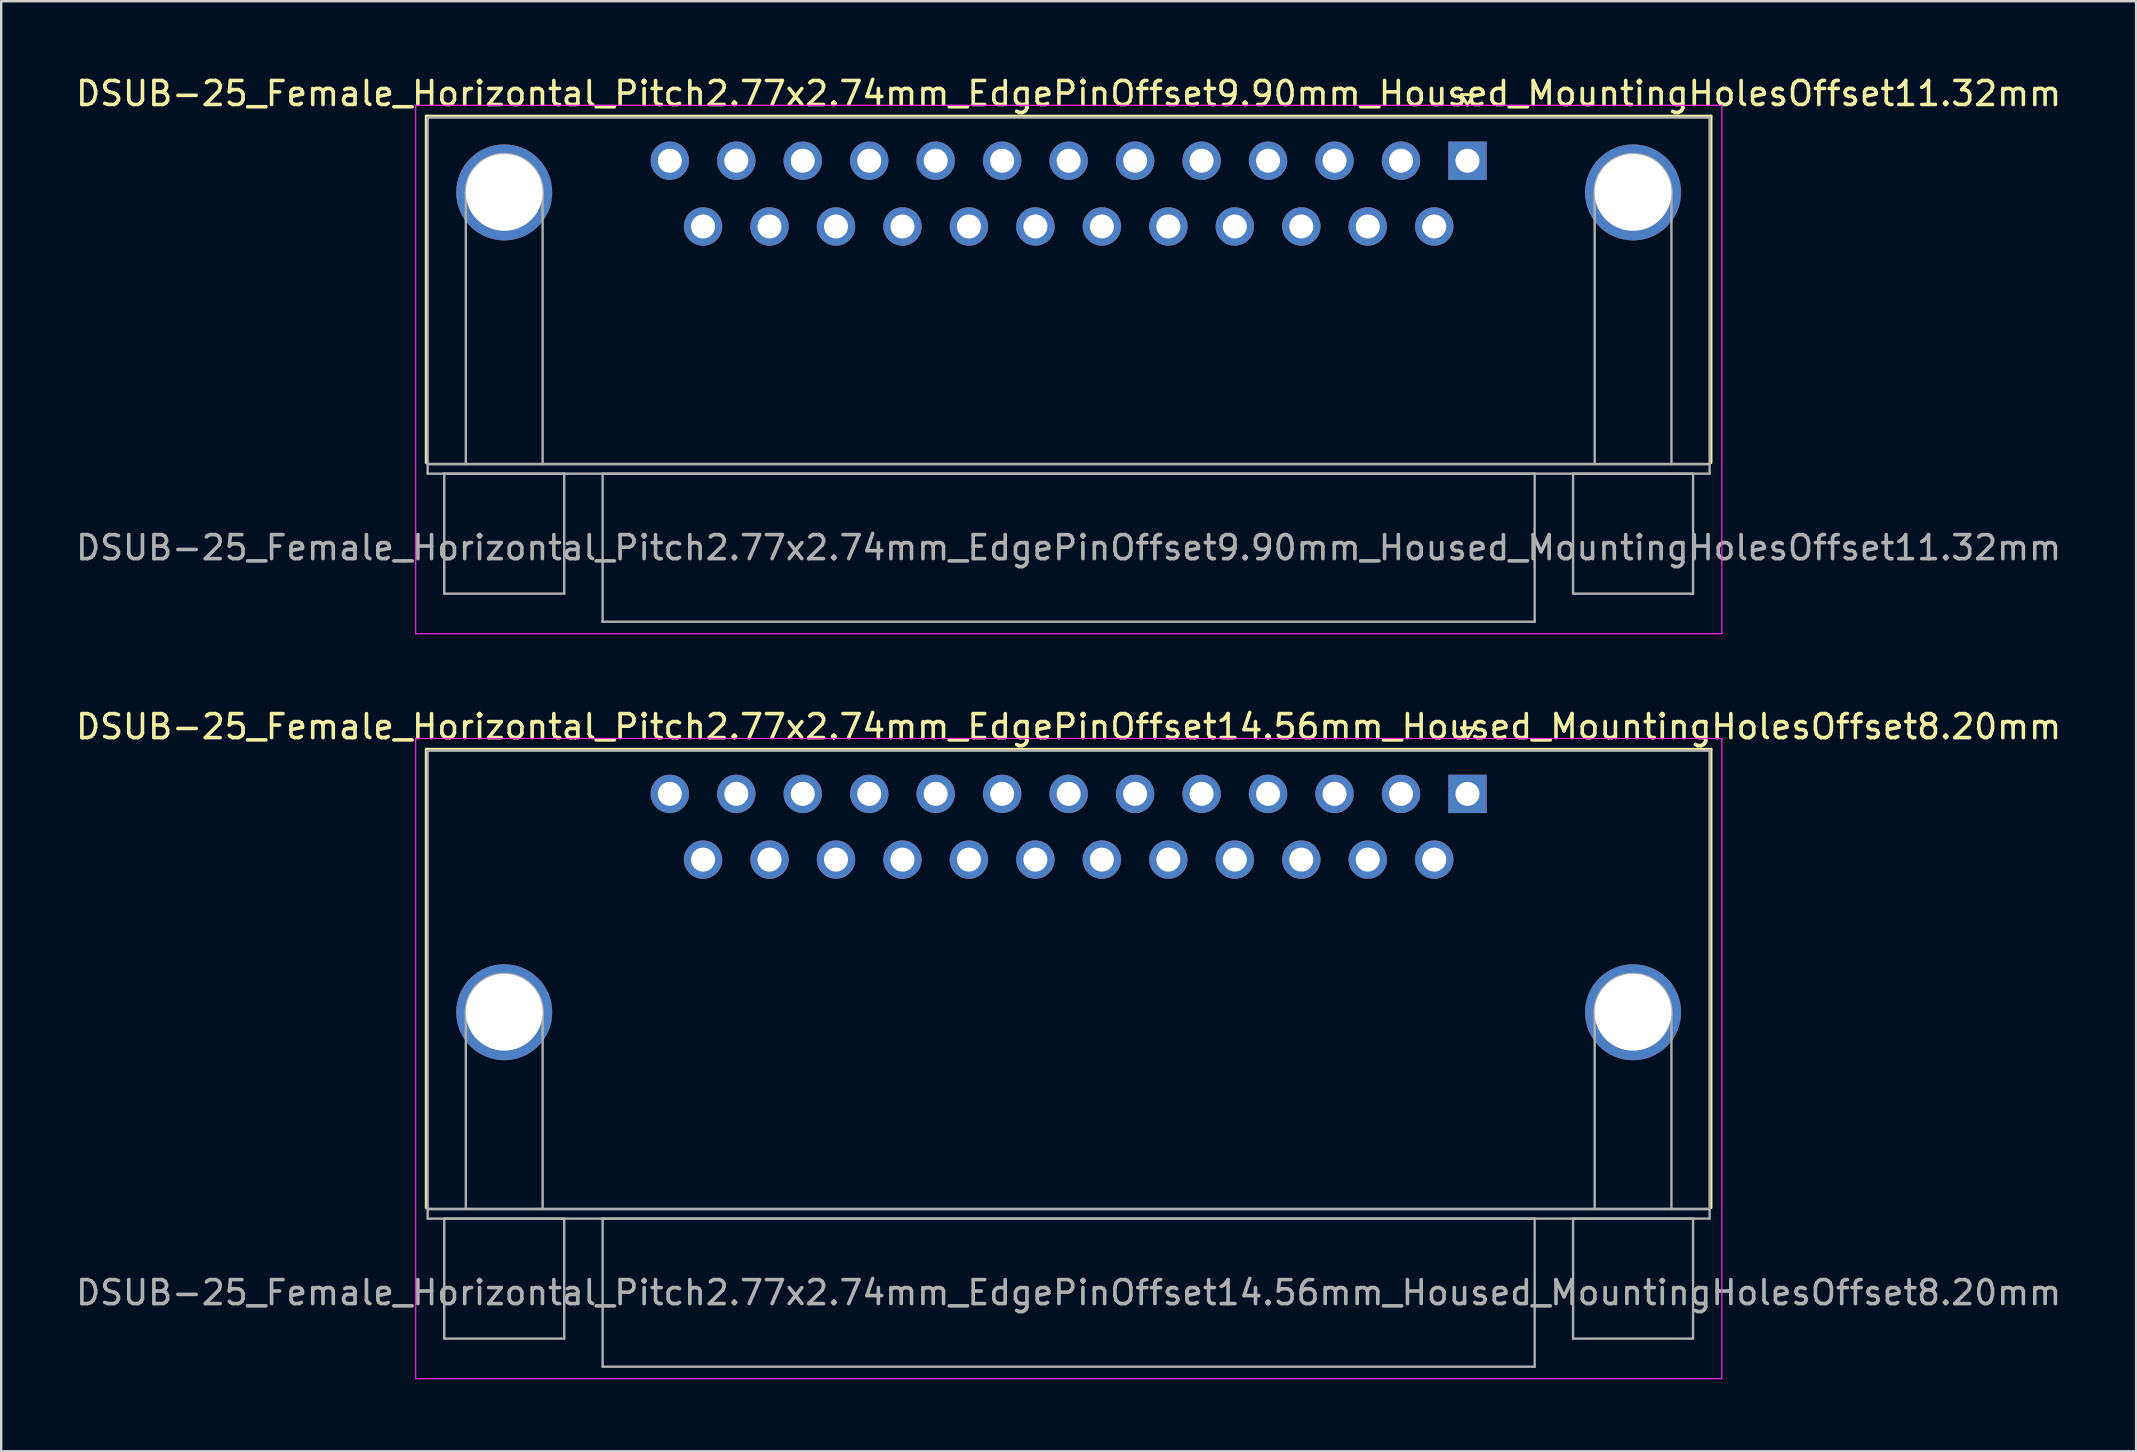
<source format=kicad_pcb>
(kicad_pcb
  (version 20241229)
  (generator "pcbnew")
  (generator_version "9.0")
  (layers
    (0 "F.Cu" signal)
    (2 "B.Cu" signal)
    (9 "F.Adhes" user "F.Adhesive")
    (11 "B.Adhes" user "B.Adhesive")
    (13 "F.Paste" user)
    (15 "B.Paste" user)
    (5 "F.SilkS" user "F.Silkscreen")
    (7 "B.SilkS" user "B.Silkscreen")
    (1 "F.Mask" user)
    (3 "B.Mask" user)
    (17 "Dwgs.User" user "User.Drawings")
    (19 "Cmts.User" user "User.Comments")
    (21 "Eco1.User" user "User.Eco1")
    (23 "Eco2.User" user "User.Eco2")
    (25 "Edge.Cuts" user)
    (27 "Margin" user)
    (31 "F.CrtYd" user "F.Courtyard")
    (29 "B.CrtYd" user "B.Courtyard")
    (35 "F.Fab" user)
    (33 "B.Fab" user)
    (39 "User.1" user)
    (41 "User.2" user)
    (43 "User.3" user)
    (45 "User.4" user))
  (footprint "DSUB-25_Female_Horizontal_Pitch2.77x2.74mm_EdgePinOffset9.90mm_Housed_MountingHolesOffset11.32mm"
    (layer "F.Cu")
    (at 58.102 3.648)
    (property "Reference" "DSUB-25_Female_Horizontal_Pitch2.77x2.74mm_EdgePinOffset9.90mm_Housed_MountingHolesOffset11.32mm" (at -16.62 -2.8 0) (layer "F.SilkS") (effects (font (size 1 1) (thickness 0.15))))
    (attr through_hole)
    (fp_line (start -43.39 -1.86) (end 10.15 -1.86) (stroke (width 0.12) (type solid)) (layer "F.SilkS"))
    (fp_line (start -43.39 12.58) (end -43.39 -1.86) (stroke (width 0.12) (type solid)) (layer "F.SilkS"))
    (fp_line (start -0.25 -2.754) (end 0.25 -2.754) (stroke (width 0.12) (type solid)) (layer "F.SilkS"))
    (fp_line (start 0 -2.321) (end -0.25 -2.754) (stroke (width 0.12) (type solid)) (layer "F.SilkS"))
    (fp_line (start 0.25 -2.754) (end 0 -2.321) (stroke (width 0.12) (type solid)) (layer "F.SilkS"))
    (fp_line (start 10.15 -1.86) (end 10.15 12.58) (stroke (width 0.12) (type solid)) (layer "F.SilkS"))
    (fp_line (start -43.83 -2.31) (end -43.83 19.71) (stroke (width 0.05) (type solid)) (layer "F.CrtYd"))
    (fp_line (start -43.83 19.71) (end 10.6 19.71) (stroke (width 0.05) (type solid)) (layer "F.CrtYd"))
    (fp_line (start 10.6 -2.31) (end -43.83 -2.31) (stroke (width 0.05) (type solid)) (layer "F.CrtYd"))
    (fp_line (start 10.6 19.71) (end 10.6 -2.31) (stroke (width 0.05) (type solid)) (layer "F.CrtYd"))
    (fp_line (start -43.33 -1.8) (end -43.33 12.64) (stroke (width 0.1) (type solid)) (layer "F.Fab"))
    (fp_line (start -43.33 12.64) (end -43.33 13.04) (stroke (width 0.1) (type solid)) (layer "F.Fab"))
    (fp_line (start -43.33 12.64) (end 10.09 12.64) (stroke (width 0.1) (type solid)) (layer "F.Fab"))
    (fp_line (start -43.33 13.04) (end 10.09 13.04) (stroke (width 0.1) (type solid)) (layer "F.Fab"))
    (fp_line (start -42.64 13.04) (end -42.64 18.04) (stroke (width 0.1) (type solid)) (layer "F.Fab"))
    (fp_line (start -42.64 18.04) (end -37.64 18.04) (stroke (width 0.1) (type solid)) (layer "F.Fab"))
    (fp_line (start -41.74 12.64) (end -41.74 1.32) (stroke (width 0.1) (type solid)) (layer "F.Fab"))
    (fp_line (start -38.54 12.64) (end -38.54 1.32) (stroke (width 0.1) (type solid)) (layer "F.Fab"))
    (fp_line (start -37.64 13.04) (end -42.64 13.04) (stroke (width 0.1) (type solid)) (layer "F.Fab"))
    (fp_line (start -37.64 18.04) (end -37.64 13.04) (stroke (width 0.1) (type solid)) (layer "F.Fab"))
    (fp_line (start -36.04 13.04) (end -36.04 19.21) (stroke (width 0.1) (type solid)) (layer "F.Fab"))
    (fp_line (start -36.04 19.21) (end 2.8 19.21) (stroke (width 0.1) (type solid)) (layer "F.Fab"))
    (fp_line (start 2.8 13.04) (end -36.04 13.04) (stroke (width 0.1) (type solid)) (layer "F.Fab"))
    (fp_line (start 2.8 19.21) (end 2.8 13.04) (stroke (width 0.1) (type solid)) (layer "F.Fab"))
    (fp_line (start 4.4 13.04) (end 4.4 18.04) (stroke (width 0.1) (type solid)) (layer "F.Fab"))
    (fp_line (start 4.4 18.04) (end 9.4 18.04) (stroke (width 0.1) (type solid)) (layer "F.Fab"))
    (fp_line (start 5.3 12.64) (end 5.3 1.32) (stroke (width 0.1) (type solid)) (layer "F.Fab"))
    (fp_line (start 8.5 12.64) (end 8.5 1.32) (stroke (width 0.1) (type solid)) (layer "F.Fab"))
    (fp_line (start 9.4 13.04) (end 4.4 13.04) (stroke (width 0.1) (type solid)) (layer "F.Fab"))
    (fp_line (start 9.4 18.04) (end 9.4 13.04) (stroke (width 0.1) (type solid)) (layer "F.Fab"))
    (fp_line (start 10.09 -1.8) (end -43.33 -1.8) (stroke (width 0.1) (type solid)) (layer "F.Fab"))
    (fp_line (start 10.09 12.64) (end -43.33 12.64) (stroke (width 0.1) (type solid)) (layer "F.Fab"))
    (fp_line (start 10.09 12.64) (end 10.09 -1.8) (stroke (width 0.1) (type solid)) (layer "F.Fab"))
    (fp_line (start 10.09 13.04) (end 10.09 12.64) (stroke (width 0.1) (type solid)) (layer "F.Fab"))
    (fp_arc (start -41.74 1.32) (mid -40.14 -0.28) (end -38.54 1.32) (stroke (width 0.1) (type solid)) (layer "F.Fab"))
    (fp_arc (start 5.3 1.32) (mid 6.9 -0.28) (end 8.5 1.32) (stroke (width 0.1) (type solid)) (layer "F.Fab"))
    (fp_text user "${REFERENCE}" (at -16.62 16.125 0) (layer "F.Fab") (effects (font (size 1 1) (thickness 0.15))))
    (pad "0" thru_hole circle (at -40.14 1.32) (size 4 4) (drill 3.2) (layers "*.Cu" "*.Mask"))
    (pad "0" thru_hole circle (at 6.9 1.32) (size 4 4) (drill 3.2) (layers "*.Cu" "*.Mask"))
    (pad "1" thru_hole rect (at 0 0) (size 1.6 1.6) (drill 1) (layers "*.Cu" "*.Mask"))
    (pad "2" thru_hole circle (at -2.77 0) (size 1.6 1.6) (drill 1) (layers "*.Cu" "*.Mask"))
    (pad "3" thru_hole circle (at -5.54 0) (size 1.6 1.6) (drill 1) (layers "*.Cu" "*.Mask"))
    (pad "4" thru_hole circle (at -8.31 0) (size 1.6 1.6) (drill 1) (layers "*.Cu" "*.Mask"))
    (pad "5" thru_hole circle (at -11.08 0) (size 1.6 1.6) (drill 1) (layers "*.Cu" "*.Mask"))
    (pad "6" thru_hole circle (at -13.85 0) (size 1.6 1.6) (drill 1) (layers "*.Cu" "*.Mask"))
    (pad "7" thru_hole circle (at -16.62 0) (size 1.6 1.6) (drill 1) (layers "*.Cu" "*.Mask"))
    (pad "8" thru_hole circle (at -19.39 0) (size 1.6 1.6) (drill 1) (layers "*.Cu" "*.Mask"))
    (pad "9" thru_hole circle (at -22.16 0) (size 1.6 1.6) (drill 1) (layers "*.Cu" "*.Mask"))
    (pad "10" thru_hole circle (at -24.93 0) (size 1.6 1.6) (drill 1) (layers "*.Cu" "*.Mask"))
    (pad "11" thru_hole circle (at -27.7 0) (size 1.6 1.6) (drill 1) (layers "*.Cu" "*.Mask"))
    (pad "12" thru_hole circle (at -30.47 0) (size 1.6 1.6) (drill 1) (layers "*.Cu" "*.Mask"))
    (pad "13" thru_hole circle (at -33.24 0) (size 1.6 1.6) (drill 1) (layers "*.Cu" "*.Mask"))
    (pad "14" thru_hole circle (at -1.385 2.74) (size 1.6 1.6) (drill 1) (layers "*.Cu" "*.Mask"))
    (pad "15" thru_hole circle (at -4.155 2.74) (size 1.6 1.6) (drill 1) (layers "*.Cu" "*.Mask"))
    (pad "16" thru_hole circle (at -6.925 2.74) (size 1.6 1.6) (drill 1) (layers "*.Cu" "*.Mask"))
    (pad "17" thru_hole circle (at -9.695 2.74) (size 1.6 1.6) (drill 1) (layers "*.Cu" "*.Mask"))
    (pad "18" thru_hole circle (at -12.465 2.74) (size 1.6 1.6) (drill 1) (layers "*.Cu" "*.Mask"))
    (pad "19" thru_hole circle (at -15.235 2.74) (size 1.6 1.6) (drill 1) (layers "*.Cu" "*.Mask"))
    (pad "20" thru_hole circle (at -18.005 2.74) (size 1.6 1.6) (drill 1) (layers "*.Cu" "*.Mask"))
    (pad "21" thru_hole circle (at -20.775 2.74) (size 1.6 1.6) (drill 1) (layers "*.Cu" "*.Mask"))
    (pad "22" thru_hole circle (at -23.545 2.74) (size 1.6 1.6) (drill 1) (layers "*.Cu" "*.Mask"))
    (pad "23" thru_hole circle (at -26.315 2.74) (size 1.6 1.6) (drill 1) (layers "*.Cu" "*.Mask"))
    (pad "24" thru_hole circle (at -29.085 2.74) (size 1.6 1.6) (drill 1) (layers "*.Cu" "*.Mask"))
    (pad "25" thru_hole circle (at -31.855 2.74) (size 1.6 1.6) (drill 1) (layers "*.Cu" "*.Mask")))
  (footprint "DSUB-25_Female_Horizontal_Pitch2.77x2.74mm_EdgePinOffset14.56mm_Housed_MountingHolesOffset8.20mm"
    (layer "F.Cu")
    (at 58.102 30.032)
    (property "Reference" "DSUB-25_Female_Horizontal_Pitch2.77x2.74mm_EdgePinOffset14.56mm_Housed_MountingHolesOffset8.20mm" (at -16.62 -2.8 0) (layer "F.SilkS") (effects (font (size 1 1) (thickness 0.15))))
    (attr through_hole)
    (fp_line (start -43.39 -1.86) (end 10.15 -1.86) (stroke (width 0.12) (type solid)) (layer "F.SilkS"))
    (fp_line (start -43.39 17.24) (end -43.39 -1.86) (stroke (width 0.12) (type solid)) (layer "F.SilkS"))
    (fp_line (start -0.25 -2.754) (end 0.25 -2.754) (stroke (width 0.12) (type solid)) (layer "F.SilkS"))
    (fp_line (start 0 -2.321) (end -0.25 -2.754) (stroke (width 0.12) (type solid)) (layer "F.SilkS"))
    (fp_line (start 0.25 -2.754) (end 0 -2.321) (stroke (width 0.12) (type solid)) (layer "F.SilkS"))
    (fp_line (start 10.15 -1.86) (end 10.15 17.24) (stroke (width 0.12) (type solid)) (layer "F.SilkS"))
    (fp_line (start -43.83 -2.31) (end -43.83 24.37) (stroke (width 0.05) (type solid)) (layer "F.CrtYd"))
    (fp_line (start -43.83 24.37) (end 10.6 24.37) (stroke (width 0.05) (type solid)) (layer "F.CrtYd"))
    (fp_line (start 10.6 -2.31) (end -43.83 -2.31) (stroke (width 0.05) (type solid)) (layer "F.CrtYd"))
    (fp_line (start 10.6 24.37) (end 10.6 -2.31) (stroke (width 0.05) (type solid)) (layer "F.CrtYd"))
    (fp_line (start -43.33 -1.8) (end -43.33 17.3) (stroke (width 0.1) (type solid)) (layer "F.Fab"))
    (fp_line (start -43.33 17.3) (end -43.33 17.7) (stroke (width 0.1) (type solid)) (layer "F.Fab"))
    (fp_line (start -43.33 17.3) (end 10.09 17.3) (stroke (width 0.1) (type solid)) (layer "F.Fab"))
    (fp_line (start -43.33 17.7) (end 10.09 17.7) (stroke (width 0.1) (type solid)) (layer "F.Fab"))
    (fp_line (start -42.64 17.7) (end -42.64 22.7) (stroke (width 0.1) (type solid)) (layer "F.Fab"))
    (fp_line (start -42.64 22.7) (end -37.64 22.7) (stroke (width 0.1) (type solid)) (layer "F.Fab"))
    (fp_line (start -41.74 17.3) (end -41.74 9.1) (stroke (width 0.1) (type solid)) (layer "F.Fab"))
    (fp_line (start -38.54 17.3) (end -38.54 9.1) (stroke (width 0.1) (type solid)) (layer "F.Fab"))
    (fp_line (start -37.64 17.7) (end -42.64 17.7) (stroke (width 0.1) (type solid)) (layer "F.Fab"))
    (fp_line (start -37.64 22.7) (end -37.64 17.7) (stroke (width 0.1) (type solid)) (layer "F.Fab"))
    (fp_line (start -36.04 17.7) (end -36.04 23.87) (stroke (width 0.1) (type solid)) (layer "F.Fab"))
    (fp_line (start -36.04 23.87) (end 2.8 23.87) (stroke (width 0.1) (type solid)) (layer "F.Fab"))
    (fp_line (start 2.8 17.7) (end -36.04 17.7) (stroke (width 0.1) (type solid)) (layer "F.Fab"))
    (fp_line (start 2.8 23.87) (end 2.8 17.7) (stroke (width 0.1) (type solid)) (layer "F.Fab"))
    (fp_line (start 4.4 17.7) (end 4.4 22.7) (stroke (width 0.1) (type solid)) (layer "F.Fab"))
    (fp_line (start 4.4 22.7) (end 9.4 22.7) (stroke (width 0.1) (type solid)) (layer "F.Fab"))
    (fp_line (start 5.3 17.3) (end 5.3 9.1) (stroke (width 0.1) (type solid)) (layer "F.Fab"))
    (fp_line (start 8.5 17.3) (end 8.5 9.1) (stroke (width 0.1) (type solid)) (layer "F.Fab"))
    (fp_line (start 9.4 17.7) (end 4.4 17.7) (stroke (width 0.1) (type solid)) (layer "F.Fab"))
    (fp_line (start 9.4 22.7) (end 9.4 17.7) (stroke (width 0.1) (type solid)) (layer "F.Fab"))
    (fp_line (start 10.09 -1.8) (end -43.33 -1.8) (stroke (width 0.1) (type solid)) (layer "F.Fab"))
    (fp_line (start 10.09 17.3) (end -43.33 17.3) (stroke (width 0.1) (type solid)) (layer "F.Fab"))
    (fp_line (start 10.09 17.3) (end 10.09 -1.8) (stroke (width 0.1) (type solid)) (layer "F.Fab"))
    (fp_line (start 10.09 17.7) (end 10.09 17.3) (stroke (width 0.1) (type solid)) (layer "F.Fab"))
    (fp_arc (start -41.74 9.1) (mid -40.14 7.5) (end -38.54 9.1) (stroke (width 0.1) (type solid)) (layer "F.Fab"))
    (fp_arc (start 5.3 9.1) (mid 6.9 7.5) (end 8.5 9.1) (stroke (width 0.1) (type solid)) (layer "F.Fab"))
    (fp_text user "${REFERENCE}" (at -16.62 20.785 0) (layer "F.Fab") (effects (font (size 1 1) (thickness 0.15))))
    (pad "0" thru_hole circle (at -40.14 9.1) (size 4 4) (drill 3.2) (layers "*.Cu" "*.Mask"))
    (pad "0" thru_hole circle (at 6.9 9.1) (size 4 4) (drill 3.2) (layers "*.Cu" "*.Mask"))
    (pad "1" thru_hole rect (at 0 0) (size 1.6 1.6) (drill 1) (layers "*.Cu" "*.Mask"))
    (pad "2" thru_hole circle (at -2.77 0) (size 1.6 1.6) (drill 1) (layers "*.Cu" "*.Mask"))
    (pad "3" thru_hole circle (at -5.54 0) (size 1.6 1.6) (drill 1) (layers "*.Cu" "*.Mask"))
    (pad "4" thru_hole circle (at -8.31 0) (size 1.6 1.6) (drill 1) (layers "*.Cu" "*.Mask"))
    (pad "5" thru_hole circle (at -11.08 0) (size 1.6 1.6) (drill 1) (layers "*.Cu" "*.Mask"))
    (pad "6" thru_hole circle (at -13.85 0) (size 1.6 1.6) (drill 1) (layers "*.Cu" "*.Mask"))
    (pad "7" thru_hole circle (at -16.62 0) (size 1.6 1.6) (drill 1) (layers "*.Cu" "*.Mask"))
    (pad "8" thru_hole circle (at -19.39 0) (size 1.6 1.6) (drill 1) (layers "*.Cu" "*.Mask"))
    (pad "9" thru_hole circle (at -22.16 0) (size 1.6 1.6) (drill 1) (layers "*.Cu" "*.Mask"))
    (pad "10" thru_hole circle (at -24.93 0) (size 1.6 1.6) (drill 1) (layers "*.Cu" "*.Mask"))
    (pad "11" thru_hole circle (at -27.7 0) (size 1.6 1.6) (drill 1) (layers "*.Cu" "*.Mask"))
    (pad "12" thru_hole circle (at -30.47 0) (size 1.6 1.6) (drill 1) (layers "*.Cu" "*.Mask"))
    (pad "13" thru_hole circle (at -33.24 0) (size 1.6 1.6) (drill 1) (layers "*.Cu" "*.Mask"))
    (pad "14" thru_hole circle (at -1.385 2.74) (size 1.6 1.6) (drill 1) (layers "*.Cu" "*.Mask"))
    (pad "15" thru_hole circle (at -4.155 2.74) (size 1.6 1.6) (drill 1) (layers "*.Cu" "*.Mask"))
    (pad "16" thru_hole circle (at -6.925 2.74) (size 1.6 1.6) (drill 1) (layers "*.Cu" "*.Mask"))
    (pad "17" thru_hole circle (at -9.695 2.74) (size 1.6 1.6) (drill 1) (layers "*.Cu" "*.Mask"))
    (pad "18" thru_hole circle (at -12.465 2.74) (size 1.6 1.6) (drill 1) (layers "*.Cu" "*.Mask"))
    (pad "19" thru_hole circle (at -15.235 2.74) (size 1.6 1.6) (drill 1) (layers "*.Cu" "*.Mask"))
    (pad "20" thru_hole circle (at -18.005 2.74) (size 1.6 1.6) (drill 1) (layers "*.Cu" "*.Mask"))
    (pad "21" thru_hole circle (at -20.775 2.74) (size 1.6 1.6) (drill 1) (layers "*.Cu" "*.Mask"))
    (pad "22" thru_hole circle (at -23.545 2.74) (size 1.6 1.6) (drill 1) (layers "*.Cu" "*.Mask"))
    (pad "23" thru_hole circle (at -26.315 2.74) (size 1.6 1.6) (drill 1) (layers "*.Cu" "*.Mask"))
    (pad "24" thru_hole circle (at -29.085 2.74) (size 1.6 1.6) (drill 1) (layers "*.Cu" "*.Mask"))
    (pad "25" thru_hole circle (at -31.855 2.74) (size 1.6 1.6) (drill 1) (layers "*.Cu" "*.Mask")))
  (gr_rect
    (start -3 -3)
    (end 85.964 57.426)
    (stroke (width 0.1) (type default))
    (fill no)
    (layer "Edge.Cuts")))
</source>
